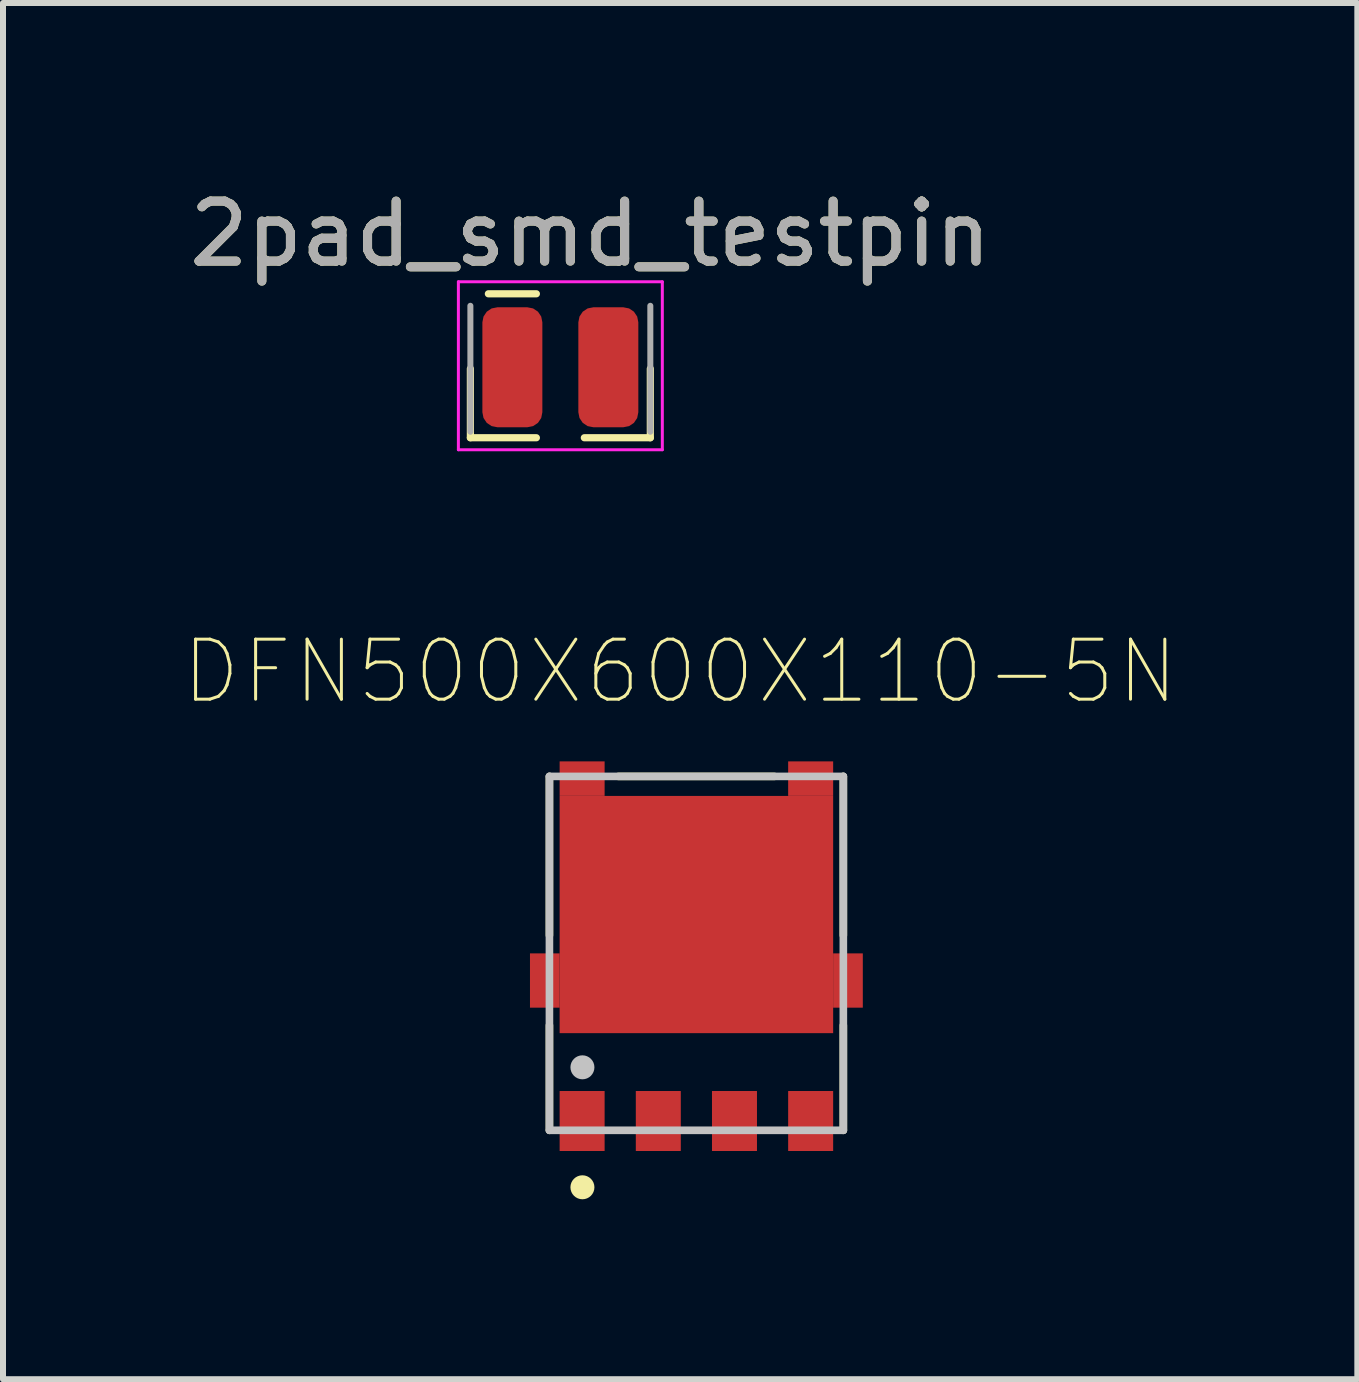
<source format=kicad_pcb>
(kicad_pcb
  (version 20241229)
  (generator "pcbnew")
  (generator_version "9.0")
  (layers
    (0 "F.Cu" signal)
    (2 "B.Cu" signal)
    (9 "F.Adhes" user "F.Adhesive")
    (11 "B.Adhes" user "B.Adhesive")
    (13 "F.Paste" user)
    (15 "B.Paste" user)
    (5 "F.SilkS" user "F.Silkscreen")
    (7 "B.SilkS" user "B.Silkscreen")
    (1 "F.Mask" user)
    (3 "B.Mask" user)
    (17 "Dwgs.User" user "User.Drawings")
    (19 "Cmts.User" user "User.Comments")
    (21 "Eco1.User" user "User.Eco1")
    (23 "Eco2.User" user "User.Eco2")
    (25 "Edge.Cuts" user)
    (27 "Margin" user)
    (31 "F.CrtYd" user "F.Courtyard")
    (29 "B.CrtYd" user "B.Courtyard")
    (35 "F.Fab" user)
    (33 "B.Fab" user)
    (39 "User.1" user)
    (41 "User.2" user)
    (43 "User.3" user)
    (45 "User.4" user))
  (footprint "2pad_smd_testpin"
    (layer "F.Cu")
    (at 6.292 1.848)
    (property "Reference" "2pad_smd_testpin" (at 0.5 -1 0) (layer "F.SilkS") (effects (font (size 1 1) (thickness 0.15))))
    (attr smd)
    (fp_line (start -1.5 1.25) (end -1.5 2.4) (stroke (width 0.12) (type solid)) (layer "F.SilkS"))
    (fp_line (start -1.5 2.4) (end -0.4 2.4) (stroke (width 0.12) (type solid)) (layer "F.SilkS"))
    (fp_line (start -1.2 0) (end -0.4 0) (stroke (width 0.12) (type solid)) (layer "F.SilkS"))
    (fp_line (start 1.5 1.25) (end 1.5 2.4) (stroke (width 0.12) (type solid)) (layer "F.SilkS"))
    (fp_line (start 1.5 2.4) (end 0.4 2.4) (stroke (width 0.12) (type solid)) (layer "F.SilkS"))
    (fp_line (start -1.7 -0.2) (end -1.7 2.6) (stroke (width 0.05) (type solid)) (layer "F.CrtYd"))
    (fp_line (start -1.7 2.6) (end 1.7 2.6) (stroke (width 0.05) (type solid)) (layer "F.CrtYd"))
    (fp_line (start 1.7 -0.2) (end -1.7 -0.2) (stroke (width 0.05) (type solid)) (layer "F.CrtYd"))
    (fp_line (start 1.7 2.6) (end 1.7 -0.2) (stroke (width 0.05) (type solid)) (layer "F.CrtYd"))
    (fp_line (start -1.5 2.3) (end -1.5 0.2) (stroke (width 0.1) (type solid)) (layer "F.Fab"))
    (fp_line (start 1.5 2.3) (end 1.5 0.2) (stroke (width 0.1) (type solid)) (layer "F.Fab"))
    (fp_text user "${REFERENCE}" (at 0.5 -1 0) (layer "F.Fab") (effects (font (size 1 1) (thickness 0.15))))
    (pad "1" smd roundrect (at -0.8 1.225) (size 1 2) (layers "F.Cu" "F.Mask" "F.Paste") (roundrect_rratio 0.25))
    (pad "2" smd roundrect (at 0.8 1.225) (size 1 2) (layers "F.Cu" "F.Mask" "F.Paste") (roundrect_rratio 0.25)))
  (footprint "DFN500X600X110-5N"
    (layer "F.Cu")
    (at 8.56 12.844)
    (property "Reference" "DFN500X600X110-5N" (at -0.27 -4.698 0) (layer "F.SilkS") (effects (font (size 1.001 1.001) (thickness 0.05))))
    (attr smd)
    (fp_line (start -2.45 -0.3) (end -2.45 -2.95) (stroke (width 0.127) (type solid)) (layer "F.SilkS"))
    (fp_line (start -2.45 2.95) (end -2.45 1.2) (stroke (width 0.127) (type solid)) (layer "F.SilkS"))
    (fp_line (start -1.3 -2.95) (end 1.3 -2.95) (stroke (width 0.127) (type solid)) (layer "F.SilkS"))
    (fp_line (start 2.45 -2.95) (end 2.45 -0.3) (stroke (width 0.127) (type solid)) (layer "F.SilkS"))
    (fp_line (start 2.45 1.2) (end 2.45 2.95) (stroke (width 0.127) (type solid)) (layer "F.SilkS"))
    (fp_circle (center -1.9 3.9) (end -1.8 3.9) (stroke (width 0.2) (type solid)) (fill no) (layer "F.SilkS"))
    (fp_poly (pts (xy -1.443 0.586) (xy -1.443 -1.915) (xy 1.442 -1.915) (xy 1.442 0.586)) (stroke (width 0) (type solid)) (fill yes) (layer "F.Paste"))
    (fp_line (start -2.45 -2.95) (end 2.45 -2.95) (stroke (width 0.127) (type solid)) (layer "Dwgs.User"))
    (fp_line (start -2.45 2.95) (end -2.45 -2.95) (stroke (width 0.127) (type solid)) (layer "Dwgs.User"))
    (fp_line (start 2.45 -2.95) (end 2.45 2.95) (stroke (width 0.127) (type solid)) (layer "Dwgs.User"))
    (fp_line (start 2.45 2.95) (end -2.45 2.95) (stroke (width 0.127) (type solid)) (layer "Dwgs.User"))
    (fp_circle (center -1.9 1.9) (end -1.8 1.9) (stroke (width 0.2) (type solid)) (fill no) (layer "Dwgs.User"))
    (fp_line (start -3.025 -0.25) (end -2.7 -0.25) (stroke (width 0.05) (type solid)) (layer "Eco1.User"))
    (fp_line (start -3.025 1.155) (end -3.025 -0.25) (stroke (width 0.05) (type solid)) (layer "Eco1.User"))
    (fp_line (start -2.7 -3.467) (end 2.7 -3.467) (stroke (width 0.05) (type solid)) (layer "Eco1.User"))
    (fp_line (start -2.7 -0.25) (end -2.7 -3.467) (stroke (width 0.05) (type solid)) (layer "Eco1.User"))
    (fp_line (start -2.7 1.155) (end -3.025 1.155) (stroke (width 0.05) (type solid)) (layer "Eco1.User"))
    (fp_line (start -2.7 3.545) (end -2.7 1.155) (stroke (width 0.05) (type solid)) (layer "Eco1.User"))
    (fp_line (start 2.7 -3.467) (end 2.7 -0.25) (stroke (width 0.05) (type solid)) (layer "Eco1.User"))
    (fp_line (start 2.7 -0.25) (end 3.025 -0.25) (stroke (width 0.05) (type solid)) (layer "Eco1.User"))
    (fp_line (start 2.7 1.155) (end 2.7 3.545) (stroke (width 0.05) (type solid)) (layer "Eco1.User"))
    (fp_line (start 2.7 3.545) (end -2.7 3.545) (stroke (width 0.05) (type solid)) (layer "Eco1.User"))
    (fp_line (start 3.025 -0.25) (end 3.025 1.155) (stroke (width 0.05) (type solid)) (layer "Eco1.User"))
    (fp_line (start 3.025 1.155) (end 2.7 1.155) (stroke (width 0.05) (type solid)) (layer "Eco1.User"))
    (pad "1" smd rect (at -2.527 0.453 90) (size 0.905 0.495) (layers "F.Cu" "F.Mask" "F.Paste"))
    (pad "1" smd rect (at -1.905 -2.913) (size 0.75 0.575) (layers "F.Cu" "F.Mask" "F.Paste"))
    (pad "1" smd rect (at 0 -0.647 90) (size 3.955 4.56) (layers "F.Cu" "F.Mask" "F.Paste"))
    (pad "1" smd rect (at 1.905 -2.913) (size 0.75 0.575) (layers "F.Cu" "F.Mask" "F.Paste"))
    (pad "1" smd rect (at 2.527 0.453 90) (size 0.905 0.495) (layers "F.Cu" "F.Mask" "F.Paste"))
    (pad "2" smd rect (at 1.905 2.795) (size 0.75 1) (layers "F.Cu" "F.Mask" "F.Paste"))
    (pad "3" smd rect (at -1.905 2.795) (size 0.75 1) (layers "F.Cu" "F.Mask" "F.Paste"))
    (pad "3" smd rect (at -0.635 2.795) (size 0.75 1) (layers "F.Cu" "F.Mask" "F.Paste"))
    (pad "3" smd rect (at 0.635 2.795) (size 0.75 1) (layers "F.Cu" "F.Mask" "F.Paste")))
  (gr_rect
    (start -3 -3)
    (end 19.579 19.944)
    (stroke (width 0.1) (type default))
    (fill no)
    (layer "Edge.Cuts")))
</source>
